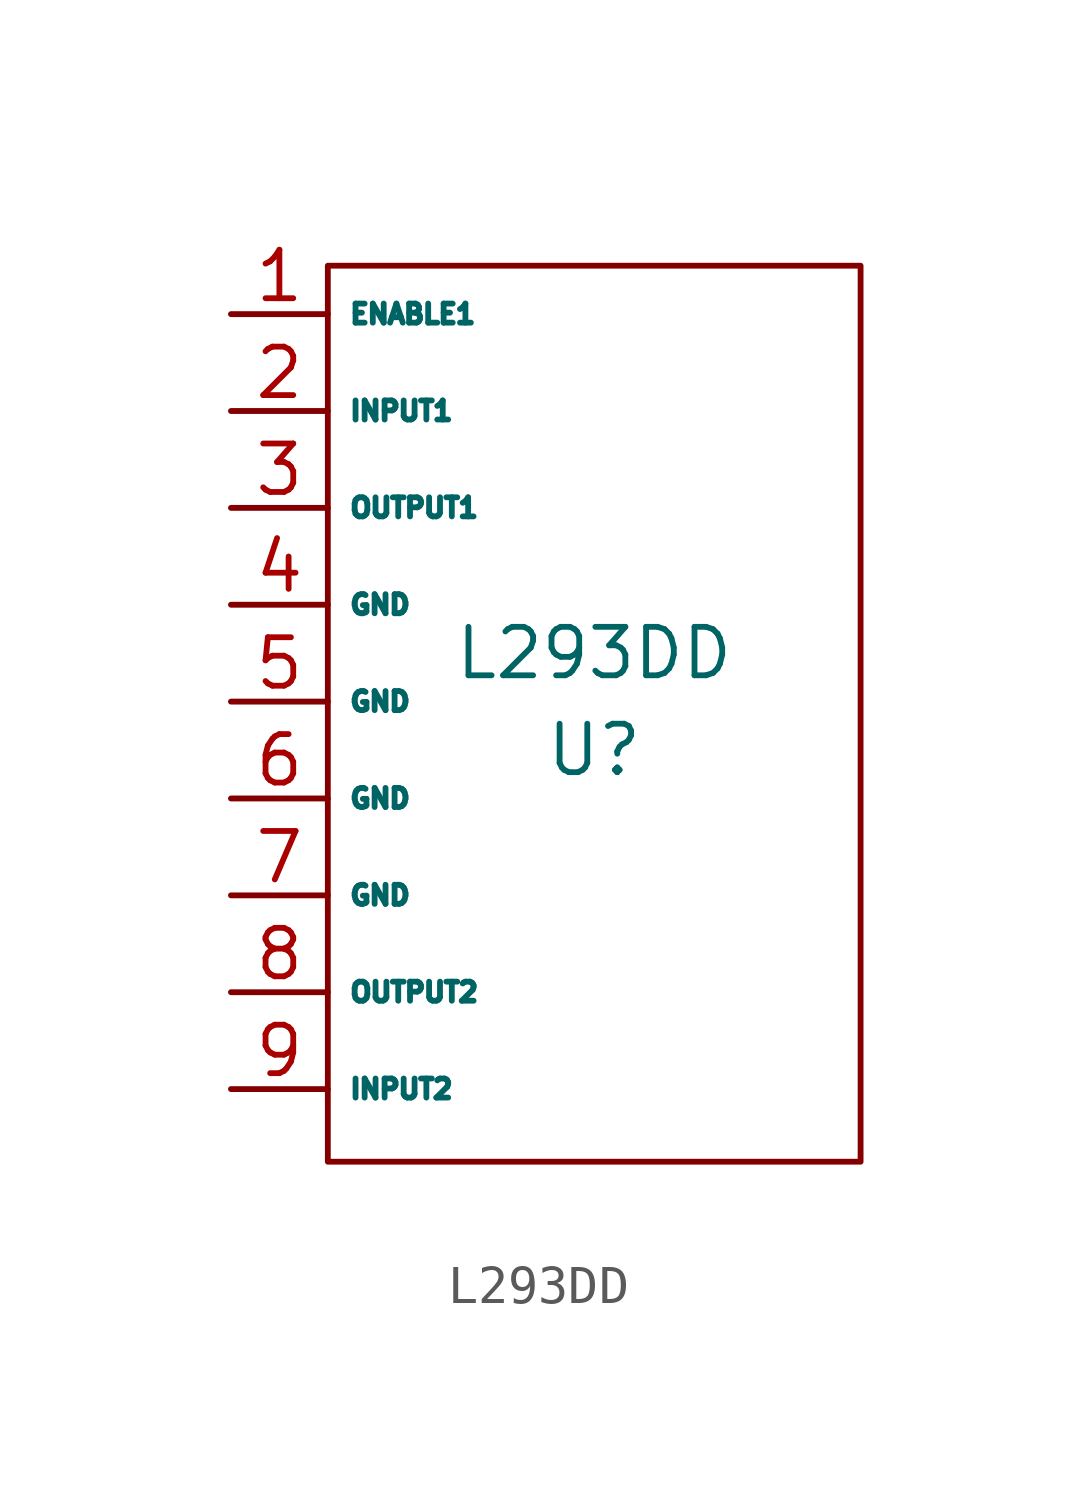
<source format=kicad_sym>
(kicad_symbol_lib
  (version 20211014)
  (generator kicad_symbol_editor)
  (symbol "L293DD"
    (property "Reference" "U"
      (at 0 0 0)
      (effects (font (size 1.27 1.27))))
    (property "Value" "L293DD"
      (at 0 2.54 0)
      (effects (font (size 1.27 1.27))))
    (symbol "L293DD_0_1"
      (rectangle (start -6.985 12.7) (end 6.985 -10.795) (stroke (width 0) (type default) (color 0 0 0 0)) (fill (type none))))
    (symbol "L293DD_1_1"
      (pin input line (at -9.525 11.43 0) (length 2.54) (name "ENABLE1" (effects (font (size 0.5 0.5)))) (number "1" (effects (font (size 1.27 1.27)))))
      (pin input line (at -9.525 8.89 0) (length 2.54) (name "INPUT1" (effects (font (size 0.5 0.5)))) (number "2" (effects (font (size 1.27 1.27)))))
      (pin power_out line (at -9.525 6.35 0) (length 2.54) (name "OUTPUT1" (effects (font (size 0.5 0.5)))) (number "3" (effects (font (size 1.27 1.27)))))
      (pin power_in line (at -9.525 3.81 0) (length 2.54) (name "GND" (effects (font (size 0.5 0.5)))) (number "4" (effects (font (size 1.27 1.27)))))
      (pin power_in line (at -9.525 1.27 0) (length 2.54) (name "GND" (effects (font (size 0.5 0.5)))) (number "5" (effects (font (size 1.27 1.27)))))
      (pin power_in line (at -9.525 -1.27 0) (length 2.54) (name "GND" (effects (font (size 0.5 0.5)))) (number "6" (effects (font (size 1.27 1.27)))))
      (pin power_in line (at -9.525 -3.81 0) (length 2.54) (name "GND" (effects (font (size 0.5 0.5)))) (number "7" (effects (font (size 1.27 1.27)))))
      (pin power_out line (at -9.525 -6.35 0) (length 2.54) (name "OUTPUT2" (effects (font (size 0.5 0.5)))) (number "8" (effects (font (size 1.27 1.27)))))
      (pin input line (at -9.525 -8.89 0) (length 2.54) (name "INPUT2" (effects (font (size 0.5 0.5)))) (number "9" (effects (font (size 1.27 1.27))))))))
</source>
